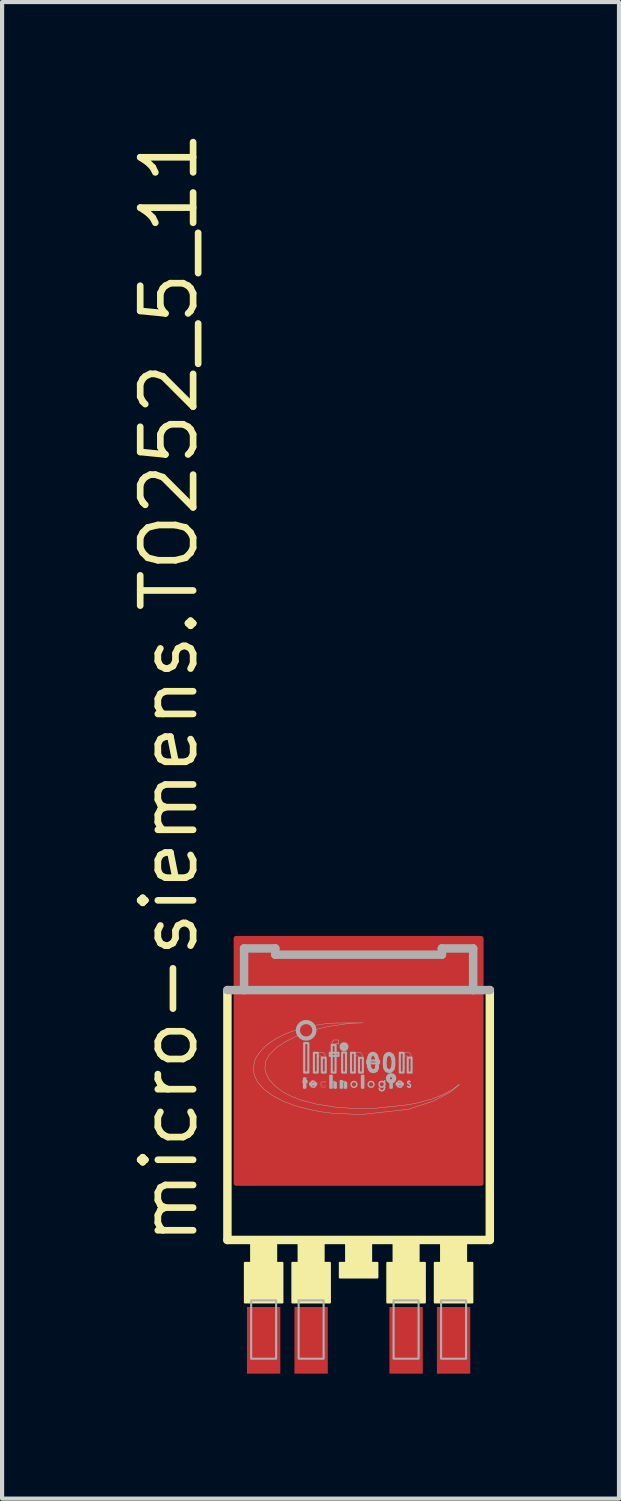
<source format=kicad_pcb>
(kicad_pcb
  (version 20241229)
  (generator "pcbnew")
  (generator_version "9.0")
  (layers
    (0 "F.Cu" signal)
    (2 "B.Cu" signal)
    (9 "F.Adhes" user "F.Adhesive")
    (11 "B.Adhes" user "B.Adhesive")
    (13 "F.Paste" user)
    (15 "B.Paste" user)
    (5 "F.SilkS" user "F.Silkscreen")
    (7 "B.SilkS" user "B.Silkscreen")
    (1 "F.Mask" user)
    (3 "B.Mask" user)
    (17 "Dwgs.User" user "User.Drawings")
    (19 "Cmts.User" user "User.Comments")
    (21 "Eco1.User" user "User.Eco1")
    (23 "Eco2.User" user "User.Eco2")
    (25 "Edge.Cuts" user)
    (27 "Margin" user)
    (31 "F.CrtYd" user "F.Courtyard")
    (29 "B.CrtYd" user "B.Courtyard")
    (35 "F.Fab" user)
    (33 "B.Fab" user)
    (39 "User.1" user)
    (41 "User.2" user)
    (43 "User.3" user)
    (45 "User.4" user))
  (footprint "micro-siemens.TO252_5_11"
    (layer "F.Cu")
    (at 5.56 23.721)
    (property "Reference" "micro-siemens.TO252_5_11" (at -3.81 3.175 90) (layer "F.SilkS") (effects (font (size 1.27 1.27) (thickness 0.16)) (justify left bottom)))
    (attr smd)
    (fp_line (start -3.15 3) (end -3.15 -3) (stroke (width 0.203) (type default)) (layer "F.SilkS"))
    (fp_line (start 3.15 -3) (end 3.15 3) (stroke (width 0.203) (type default)) (layer "F.SilkS"))
    (fp_line (start 3.15 3) (end -3.15 3) (stroke (width 0.203) (type default)) (layer "F.SilkS"))
    (fp_rect (start -2.73 4.5) (end -1.83 3.55) (stroke (width 0.05) (type default)) (fill yes) (layer "F.SilkS"))
    (fp_rect (start -2.58 3.85) (end -1.98 3.05) (stroke (width 0.05) (type default)) (fill yes) (layer "F.SilkS"))
    (fp_rect (start -1.59 4.5) (end -0.69 3.55) (stroke (width 0.05) (type default)) (fill yes) (layer "F.SilkS"))
    (fp_rect (start -1.44 3.85) (end -0.84 3.05) (stroke (width 0.05) (type default)) (fill yes) (layer "F.SilkS"))
    (fp_rect (start -0.45 3.9) (end 0.45 3.55) (stroke (width 0.05) (type default)) (fill yes) (layer "F.SilkS"))
    (fp_rect (start -0.3 3.85) (end 0.3 3.05) (stroke (width 0.05) (type default)) (fill yes) (layer "F.SilkS"))
    (fp_rect (start 0.69 4.5) (end 1.59 3.55) (stroke (width 0.05) (type default)) (fill yes) (layer "F.SilkS"))
    (fp_rect (start 0.84 3.85) (end 1.44 3.05) (stroke (width 0.05) (type default)) (fill yes) (layer "F.SilkS"))
    (fp_rect (start 1.83 4.5) (end 2.73 3.55) (stroke (width 0.05) (type default)) (fill yes) (layer "F.SilkS"))
    (fp_rect (start 1.98 3.85) (end 2.58 3.05) (stroke (width 0.05) (type default)) (fill yes) (layer "F.SilkS"))
    (fp_line (start -3.15 -3) (end -2.75 -3) (stroke (width 0.203) (type default)) (layer "F.Fab"))
    (fp_line (start -2.75 -4) (end -2 -4) (stroke (width 0.203) (type default)) (layer "F.Fab"))
    (fp_line (start -2.75 -3) (end -2.75 -4) (stroke (width 0.203) (type default)) (layer "F.Fab"))
    (fp_line (start -2.75 -3) (end 2.75 -3) (stroke (width 0.203) (type default)) (layer "F.Fab"))
    (fp_line (start -2 -4) (end -2 -3.85) (stroke (width 0.203) (type default)) (layer "F.Fab"))
    (fp_line (start -2 -3.85) (end 2 -3.85) (stroke (width 0.203) (type default)) (layer "F.Fab"))
    (fp_line (start -1.034 -0.753) (end -1.034 -0.759) (stroke (width 0.035) (type default)) (layer "F.Fab"))
    (fp_line (start 0.444 -1.292) (end 0.444 -1.315) (stroke (width 0.093) (type default)) (layer "F.Fab"))
    (fp_line (start 1.046 -0.753) (end 1.046 -0.759) (stroke (width 0.035) (type default)) (layer "F.Fab"))
    (fp_line (start 2 -4) (end 2.75 -4) (stroke (width 0.203) (type default)) (layer "F.Fab"))
    (fp_line (start 2 -3.85) (end 2 -4) (stroke (width 0.203) (type default)) (layer "F.Fab"))
    (fp_line (start 2.75 -4) (end 2.75 -3) (stroke (width 0.203) (type default)) (layer "F.Fab"))
    (fp_line (start 2.75 -3) (end 3.15 -3) (stroke (width 0.203) (type default)) (layer "F.Fab"))
    (fp_rect (start -2.58 5.85) (end -1.98 4.45) (stroke (width 0.05) (type default)) (fill no) (layer "F.Fab"))
    (fp_rect (start -1.44 5.85) (end -0.84 4.45) (stroke (width 0.05) (type default)) (fill no) (layer "F.Fab"))
    (fp_rect (start -1.323 -0.788) (end -1.248 -0.817) (stroke (width 0.05) (type default)) (fill no) (layer "F.Fab"))
    (fp_rect (start -1.312 -0.655) (end -1.277 -0.881) (stroke (width 0.05) (type default)) (fill no) (layer "F.Fab"))
    (fp_rect (start -1.306 -1.02) (end -1.207 -1.727) (stroke (width 0.05) (type default)) (fill no) (layer "F.Fab"))
    (fp_rect (start -1.167 -0.73) (end -1.016 -0.759) (stroke (width 0.05) (type default)) (fill no) (layer "F.Fab"))
    (fp_rect (start -1.074 -1.02) (end -0.981 -1.495) (stroke (width 0.05) (type default)) (fill no) (layer "F.Fab"))
    (fp_rect (start -0.883 -1.02) (end -0.79 -1.379) (stroke (width 0.05) (type default)) (fill no) (layer "F.Fab"))
    (fp_rect (start -0.692 -1.419) (end -0.483 -1.495) (stroke (width 0.05) (type default)) (fill no) (layer "F.Fab"))
    (fp_rect (start -0.68 -0.655) (end -0.645 -0.944) (stroke (width 0.05) (type default)) (fill no) (layer "F.Fab"))
    (fp_rect (start -0.645 -1.02) (end -0.553 -1.686) (stroke (width 0.05) (type default)) (fill no) (layer "F.Fab"))
    (fp_rect (start -0.582 -0.655) (end -0.547 -0.776) (stroke (width 0.05) (type default)) (fill no) (layer "F.Fab"))
    (fp_rect (start -0.431 -0.655) (end -0.396 -0.817) (stroke (width 0.05) (type default)) (fill no) (layer "F.Fab"))
    (fp_rect (start -0.396 -1.02) (end -0.303 -1.501) (stroke (width 0.05) (type default)) (fill no) (layer "F.Fab"))
    (fp_rect (start -0.333 -0.655) (end -0.298 -0.776) (stroke (width 0.05) (type default)) (fill no) (layer "F.Fab"))
    (fp_rect (start -0.182 -1.02) (end -0.089 -1.495) (stroke (width 0.05) (type default)) (fill no) (layer "F.Fab"))
    (fp_rect (start 0.009 -1.02) (end 0.102 -1.373) (stroke (width 0.05) (type default)) (fill no) (layer "F.Fab"))
    (fp_rect (start 0.079 -0.655) (end 0.114 -0.944) (stroke (width 0.05) (type default)) (fill no) (layer "F.Fab"))
    (fp_rect (start 0.206 -1.24) (end 0.49 -1.309) (stroke (width 0.05) (type default)) (fill no) (layer "F.Fab"))
    (fp_rect (start 0.763 -0.655) (end 0.797 -0.823) (stroke (width 0.05) (type default)) (fill no) (layer "F.Fab"))
    (fp_rect (start 0.84 5.85) (end 1.44 4.45) (stroke (width 0.05) (type default)) (fill no) (layer "F.Fab"))
    (fp_rect (start 0.913 -0.73) (end 1.064 -0.759) (stroke (width 0.05) (type default)) (fill no) (layer "F.Fab"))
    (fp_rect (start 0.989 -1.02) (end 1.081 -1.495) (stroke (width 0.05) (type default)) (fill no) (layer "F.Fab"))
    (fp_rect (start 1.18 -1.02) (end 1.272 -1.379) (stroke (width 0.05) (type default)) (fill no) (layer "F.Fab"))
    (fp_rect (start 1.98 5.85) (end 2.58 4.45) (stroke (width 0.05) (type default)) (fill no) (layer "F.Fab"))
    (fp_arc (start -1.1552 -0.759) (mid -1.141871 -0.79047) (end -1.1147 -0.8112) (stroke (width 0.0346) (type default)) (layer "F.Fab"))
    (fp_arc (start -1.1552 -0.73) (mid -1.15523 -0.7445) (end -1.1552 -0.759) (stroke (width 0.0346) (type default)) (layer "F.Fab"))
    (fp_arc (start -1.1321 -0.6837) (mid -1.148343 -0.704509) (end -1.1552 -0.73) (stroke (width 0.0346) (type default)) (layer "F.Fab"))
    (fp_arc (start -1.1147 -0.8112) (mid -1.087882 -0.814759) (end -1.0625 -0.8054) (stroke (width 0.0346) (type default)) (layer "F.Fab"))
    (fp_arc (start -1.0625 -0.8054) (mid -1.043249 -0.785191) (end -1.0336 -0.759) (stroke (width 0.0346) (type default)) (layer "F.Fab"))
    (fp_arc (start -1.0567 -0.6779) (mid -1.095304 -0.669049) (end -1.1321 -0.6837) (stroke (width 0.0346) (type default)) (layer "F.Fab"))
    (fp_arc (start -1.0336 -0.7069) (mid -1.043675 -0.691225) (end -1.0567 -0.6779) (stroke (width 0.0346) (type default)) (layer "F.Fab"))
    (fp_arc (start 0.2469 -1.3326) (mid 0.251908 -1.358876) (end 0.2585 -1.3848) (stroke (width 0.0926) (type default)) (layer "F.Fab"))
    (fp_arc (start 0.2527 -1.1588) (mid 0.241453 -1.245421) (end 0.2469 -1.3326) (stroke (width 0.0926) (type default)) (layer "F.Fab"))
    (fp_arc (start 0.2585 -1.3848) (mid 0.266268 -1.4083) (end 0.2759 -1.4311) (stroke (width 0.0926) (type default)) (layer "F.Fab"))
    (fp_arc (start 0.2759 -1.4311) (mid 0.325185 -1.470061) (end 0.386 -1.4543) (stroke (width 0.0926) (type default)) (layer "F.Fab"))
    (fp_arc (start 0.2759 -1.1009) (mid 0.262035 -1.128943) (end 0.2527 -1.1588) (stroke (width 0.0926) (type default)) (layer "F.Fab"))
    (fp_arc (start 0.2991 -1.0719) (mid 0.286496 -1.085597) (end 0.2759 -1.1009) (stroke (width 0.0926) (type default)) (layer "F.Fab"))
    (fp_arc (start 0.3686 -1.0545) (mid 0.331865 -1.055273) (end 0.2991 -1.0719) (stroke (width 0.0926) (type default)) (layer "F.Fab"))
    (fp_arc (start 0.386 -1.4543) (mid 0.397956 -1.443104) (end 0.4091 -1.4311) (stroke (width 0.0926) (type default)) (layer "F.Fab"))
    (fp_arc (start 0.4091 -1.4311) (mid 0.415442 -1.422761) (end 0.4207 -1.4137) (stroke (width 0.0926) (type default)) (layer "F.Fab"))
    (fp_arc (start 0.4193 -1.0805) (mid 0.396497 -1.062533) (end 0.3686 -1.0545) (stroke (width 0.0926) (type default)) (layer "F.Fab"))
    (fp_arc (start 0.4207 -1.4137) (mid 0.438027 -1.365799) (end 0.4439 -1.3152) (stroke (width 0.0926) (type default)) (layer "F.Fab"))
    (fp_arc (start 0.4411 -1.1381) (mid 0.434312 -1.107744) (end 0.4193 -1.0805) (stroke (width 0.0926) (type default)) (layer "F.Fab"))
    (fp_arc (start 0.4439 -1.1936) (mid 0.443489 -1.1658) (end 0.4411 -1.1381) (stroke (width 0.0926) (type default)) (layer "F.Fab"))
    (fp_arc (start 0.5019 -0.7764) (mid 0.511948 -0.789495) (end 0.525 -0.7996) (stroke (width 0.0346) (type default)) (layer "F.Fab"))
    (fp_arc (start 0.5019 -0.7011) (mid 0.491743 -0.73875) (end 0.5019 -0.7764) (stroke (width 0.0346) (type default)) (layer "F.Fab"))
    (fp_arc (start 0.5024 -0.6177) (mid 0.497822 -0.631162) (end 0.4963 -0.6453) (stroke (width 0.0346) (type default)) (layer "F.Fab"))
    (fp_arc (start 0.5192 -0.5968) (mid 0.509483 -0.606191) (end 0.5024 -0.6177) (stroke (width 0.0346) (type default)) (layer "F.Fab"))
    (fp_arc (start 0.525 -0.7996) (mid 0.5569 -0.80825) (end 0.5888 -0.7996) (stroke (width 0.0346) (type default)) (layer "F.Fab"))
    (fp_arc (start 0.525 -0.6779) (mid 0.511948 -0.688005) (end 0.5019 -0.7011) (stroke (width 0.0346) (type default)) (layer "F.Fab"))
    (fp_arc (start 0.55 -0.5834) (mid 0.533744 -0.588133) (end 0.5192 -0.5968) (stroke (width 0.0346) (type default)) (layer "F.Fab"))
    (fp_arc (start 0.5772 -0.6721) (mid 0.550482 -0.669442) (end 0.525 -0.6779) (stroke (width 0.0346) (type default)) (layer "F.Fab"))
    (fp_arc (start 0.5888 -0.7996) (mid 0.597629 -0.794067) (end 0.6061 -0.788) (stroke (width 0.0346) (type default)) (layer "F.Fab"))
    (fp_arc (start 0.5888 -0.591) (mid 0.570105 -0.583602) (end 0.55 -0.5834) (stroke (width 0.0346) (type default)) (layer "F.Fab"))
    (fp_arc (start 0.6061 -0.788) (mid 0.618825 -0.772612) (end 0.6235 -0.7532) (stroke (width 0.0346) (type default)) (layer "F.Fab"))
    (fp_arc (start 0.6119 -0.7011) (mid 0.597402 -0.683188) (end 0.5772 -0.6721) (stroke (width 0.0346) (type default)) (layer "F.Fab"))
    (fp_arc (start 0.6177 -0.6258) (mid 0.606507 -0.605695) (end 0.5888 -0.591) (stroke (width 0.0346) (type default)) (layer "F.Fab"))
    (fp_arc (start 0.6235 -0.8227) (mid 0.623817 -0.77925) (end 0.6235 -0.7358) (stroke (width 0.0346) (type default)) (layer "F.Fab"))
    (fp_arc (start 0.6235 -0.7532) (mid 0.623704 -0.70685) (end 0.6235 -0.6605) (stroke (width 0.0346) (type default)) (layer "F.Fab"))
    (fp_arc (start 0.6235 -0.7358) (mid 0.619124 -0.717974) (end 0.6119 -0.7011) (stroke (width 0.0346) (type default)) (layer "F.Fab"))
    (fp_arc (start 0.6235 -0.6605) (mid 0.621953 -0.642924) (end 0.6177 -0.6258) (stroke (width 0.0346) (type default)) (layer "F.Fab"))
    (fp_arc (start 0.6293 -1.3152) (mid 0.635705 -1.361981) (end 0.6467 -1.4079) (stroke (width 0.0926) (type default)) (layer "F.Fab"))
    (fp_arc (start 0.6351 -1.153) (mid 0.627222 -1.233922) (end 0.6293 -1.3152) (stroke (width 0.0926) (type default)) (layer "F.Fab"))
    (fp_arc (start 0.6467 -1.4079) (mid 0.668243 -1.442215) (end 0.7046 -1.4601) (stroke (width 0.0926) (type default)) (layer "F.Fab"))
    (fp_arc (start 0.6815 -1.0719) (mid 0.649864 -1.104352) (end 0.6351 -1.1472) (stroke (width 0.0926) (type default)) (layer "F.Fab"))
    (fp_arc (start 0.7046 -1.4601) (mid 0.7278 -1.462226) (end 0.751 -1.4601) (stroke (width 0.0926) (type default)) (layer "F.Fab"))
    (fp_arc (start 0.751 -1.4601) (mid 0.780642 -1.448078) (end 0.8031 -1.4253) (stroke (width 0.0926) (type default)) (layer "F.Fab"))
    (fp_arc (start 0.7568 -1.0603) (mid 0.717896 -1.05796) (end 0.6815 -1.0719) (stroke (width 0.0926) (type default)) (layer "F.Fab"))
    (fp_arc (start 0.8031 -1.4253) (mid 0.822313 -1.386435) (end 0.8321 -1.3442) (stroke (width 0.0926) (type default)) (layer "F.Fab"))
    (fp_arc (start 0.8147 -1.1124) (mid 0.791857 -1.079563) (end 0.7568 -1.0603) (stroke (width 0.0926) (type default)) (layer "F.Fab"))
    (fp_arc (start 0.8321 -1.3442) (mid 0.836656 -1.2631) (end 0.8321 -1.182) (stroke (width 0.0926) (type default)) (layer "F.Fab"))
    (fp_arc (start 0.8321 -1.182) (mid 0.82571 -1.146623) (end 0.8147 -1.1124) (stroke (width 0.0926) (type default)) (layer "F.Fab"))
    (fp_arc (start 0.9248 -0.759) (mid 0.938115 -0.79048) (end 0.9653 -0.8112) (stroke (width 0.0346) (type default)) (layer "F.Fab"))
    (fp_arc (start 0.9248 -0.73) (mid 0.92477 -0.7445) (end 0.9248 -0.759) (stroke (width 0.0346) (type default)) (layer "F.Fab"))
    (fp_arc (start 0.9479 -0.6837) (mid 0.931657 -0.704509) (end 0.9248 -0.73) (stroke (width 0.0346) (type default)) (layer "F.Fab"))
    (fp_arc (start 0.9653 -0.8112) (mid 0.992118 -0.814759) (end 1.0175 -0.8054) (stroke (width 0.0346) (type default)) (layer "F.Fab"))
    (fp_arc (start 1.0175 -0.8054) (mid 1.036751 -0.785191) (end 1.0464 -0.759) (stroke (width 0.0346) (type default)) (layer "F.Fab"))
    (fp_arc (start 1.0233 -0.6779) (mid 0.984696 -0.669049) (end 0.9479 -0.6837) (stroke (width 0.0346) (type default)) (layer "F.Fab"))
    (fp_arc (start 1.0464 -0.7069) (mid 1.036317 -0.691232) (end 1.0233 -0.6779) (stroke (width 0.0346) (type default)) (layer "F.Fab"))
    (fp_arc (start 1.1797 -0.7822) (mid 1.183114 -0.794993) (end 1.1913 -0.8054) (stroke (width 0.0346) (type default)) (layer "F.Fab"))
    (fp_arc (start 1.1913 -0.8054) (mid 1.202226 -0.810997) (end 1.2145 -0.8112) (stroke (width 0.0346) (type default)) (layer "F.Fab"))
    (fp_arc (start 1.1913 -0.759) (mid 1.182419 -0.76906) (end 1.1797 -0.7822) (stroke (width 0.0346) (type default)) (layer "F.Fab"))
    (fp_arc (start 1.1971 -0.6721) (mid 1.18494 -0.67999) (end 1.174 -0.6895) (stroke (width 0.0346) (type default)) (layer "F.Fab"))
    (fp_arc (start 1.2145 -0.8112) (mid 1.226836 -0.806871) (end 1.2377 -0.7996) (stroke (width 0.0346) (type default)) (layer "F.Fab"))
    (fp_arc (start 1.2203 -0.7416) (mid 1.205588 -0.749947) (end 1.1913 -0.759) (stroke (width 0.0346) (type default)) (layer "F.Fab"))
    (fp_arc (start 1.2203 -0.7416) (mid 1.233592 -0.731749) (end 1.2435 -0.7185) (stroke (width 0.0346) (type default)) (layer "F.Fab"))
    (fp_arc (start 1.2377 -0.6779) (mid 1.21838 -0.668139) (end 1.1971 -0.6721) (stroke (width 0.0346) (type default)) (layer "F.Fab"))
    (fp_arc (start 1.2435 -0.7185) (mid 1.24732 -0.69724) (end 1.2377 -0.6779) (stroke (width 0.0346) (type default)) (layer "F.Fab"))
    (fp_circle (center -1.26 -2.034) (end -1.062 -2.034) (stroke (width 0.1) (type default)) (fill no) (layer "F.Fab"))
    (fp_circle (center -0.35 -1.64) (end -0.292 -1.64) (stroke (width 0.1) (type default)) (fill no) (layer "F.Fab"))
    (fp_circle (center -0.112 -0.736) (end -0.043 -0.736) (stroke (width 0.035) (type default)) (fill no) (layer "F.Fab"))
    (fp_circle (center -0.106 -0.736) (end -0.037 -0.736) (stroke (width 0.012) (type default)) (fill no) (layer "F.Fab"))
    (fp_circle (center 0.299 -0.736) (end 0.369 -0.736) (stroke (width 0.035) (type default)) (fill no) (layer "F.Fab"))
    (fp_circle (center 0.78 -0.881) (end 0.806 -0.881) (stroke (width 0.1) (type default)) (fill no) (layer "F.Fab"))
    (fp_poly (pts (xy -0.553 -0.759) (xy -0.553 -0.776) (xy -0.576 -0.817) (xy -0.64 -0.805) (xy -0.651 -0.782) (xy -0.651 -0.759) (xy -0.645 -0.776) (xy -0.605 -0.8) (xy -0.576 -0.765)) (stroke (width 0.012) (type default)) (fill no) (layer "F.Fab"))
    (fp_poly (pts (xy -0.304 -0.759) (xy -0.304 -0.776) (xy -0.327 -0.817) (xy -0.391 -0.805) (xy -0.402 -0.782) (xy -0.402 -0.759) (xy -0.396 -0.776) (xy -0.356 -0.8) (xy -0.327 -0.765)) (stroke (width 0.012) (type default)) (fill no) (layer "F.Fab"))
    (fp_poly (pts (xy -1.039 -2.045) (xy -0.952 -2.074) (xy -0.732 -2.126) (xy -0.338 -2.184) (xy -0.188 -2.202) (xy 0.114 -2.213) (xy -0.083 -2.213) (xy -0.582 -2.208) (xy -0.808 -2.19) (xy -1.068 -2.15)) (stroke (width 0.01) (type default)) (fill no) (layer "F.Fab"))
    (fp_poly (pts (xy -0.558 -1.68) (xy -0.558 -1.686) (xy -0.535 -1.715) (xy -0.512 -1.715) (xy -0.483 -1.703) (xy -0.483 -1.796) (xy -0.5 -1.802) (xy -0.587 -1.802) (xy -0.634 -1.761) (xy -0.64 -1.721) (xy -0.64 -1.68)) (stroke (width 0.012) (type default)) (fill no) (layer "F.Fab"))
    (fp_poly (pts (xy -0.796 -1.373) (xy -0.796 -1.402) (xy -0.819 -1.478) (xy -0.866 -1.506) (xy -0.935 -1.501) (xy -0.981 -1.46) (xy -0.999 -1.379) (xy -0.987 -1.379) (xy -0.964 -1.419) (xy -0.912 -1.419) (xy -0.889 -1.396) (xy -0.877 -1.367)) (stroke (width 0.01) (type default)) (fill no) (layer "F.Fab"))
    (fp_poly (pts (xy 0.096 -1.373) (xy 0.096 -1.402) (xy 0.073 -1.478) (xy 0.027 -1.506) (xy -0.043 -1.501) (xy -0.089 -1.46) (xy -0.106 -1.379) (xy -0.095 -1.379) (xy -0.072 -1.419) (xy -0.02 -1.419) (xy 0.004 -1.396) (xy 0.015 -1.367)) (stroke (width 0.01) (type default)) (fill no) (layer "F.Fab"))
    (fp_poly (pts (xy 1.267 -1.373) (xy 1.267 -1.402) (xy 1.244 -1.478) (xy 1.197 -1.506) (xy 1.128 -1.501) (xy 1.081 -1.46) (xy 1.064 -1.379) (xy 1.075 -1.379) (xy 1.099 -1.419) (xy 1.151 -1.419) (xy 1.174 -1.396) (xy 1.185 -1.367)) (stroke (width 0.01) (type default)) (fill no) (layer "F.Fab"))
    (fp_poly (pts (xy -0.796 -0.771) (xy -0.796 -0.811) (xy -0.808 -0.817) (xy -0.9 -0.805) (xy -0.929 -0.742) (xy -0.889 -0.666) (xy -0.796 -0.666) (xy -0.796 -0.707) (xy -0.802 -0.701) (xy -0.871 -0.695) (xy -0.894 -0.73) (xy -0.894 -0.759) (xy -0.871 -0.788) (xy -0.831 -0.794)) (stroke (width 0.006) (type default)) (fill no) (layer "F.Fab"))
    (fp_poly (pts (xy -1.451 -1.906) (xy -1.491 -2.045) (xy -1.659 -1.987) (xy -1.758 -1.947) (xy -1.955 -1.848) (xy -2.105 -1.756) (xy -2.233 -1.657) (xy -2.302 -1.588) (xy -2.389 -1.489) (xy -2.47 -1.362) (xy -2.499 -1.286) (xy -2.528 -1.118) (xy -2.505 -0.956) (xy -2.424 -0.788) (xy -2.273 -0.62) (xy -2.082 -0.475) (xy -1.798 -0.325) (xy -1.462 -0.203) (xy -1.161 -0.128) (xy -0.889 -0.075) (xy -0.611 -0.041) (xy 0.067 -0.012) (xy 1.203 -0.139) (xy 1.794 -0.336) (xy 2.211 -0.556) (xy 2.42 -0.73) (xy 2.414 -0.736) (xy 2.275 -0.626) (xy 2.02 -0.487) (xy 1.771 -0.388) (xy 1.359 -0.278) (xy 1.116 -0.238) (xy 0.398 -0.162) (xy -0.176 -0.162) (xy -0.576 -0.191) (xy -1.034 -0.267) (xy -1.404 -0.365) (xy -1.619 -0.452) (xy -1.816 -0.556) (xy -2.007 -0.695) (xy -2.152 -0.858) (xy -2.233 -1.031) (xy -2.25 -1.124) (xy -2.233 -1.292) (xy -2.146 -1.448) (xy -1.966 -1.622) (xy -1.746 -1.767) (xy -1.538 -1.871)) (stroke (width 0.01) (type default)) (fill no) (layer "F.Fab"))
    (pad "1" smd roundrect (at -2.28 5.41) (size 0.8 1.6) (layers "F.Cu" "F.Mask" "F.Paste") (roundrect_rratio 0.01))
    (pad "2" smd roundrect (at -1.14 5.41) (size 0.8 1.6) (layers "F.Cu" "F.Mask" "F.Paste") (roundrect_rratio 0.01))
    (pad "4" smd roundrect (at 1.14 5.41) (size 0.8 1.6) (layers "F.Cu" "F.Mask" "F.Paste") (roundrect_rratio 0.01))
    (pad "5" smd roundrect (at 2.28 5.41) (size 0.8 1.6) (layers "F.Cu" "F.Mask" "F.Paste") (roundrect_rratio 0.01))
    (pad "TAB" smd roundrect (at 0 -1.3) (size 6 6) (layers "F.Cu" "F.Mask" "F.Paste") (roundrect_rratio 0.01)))
  (gr_rect
    (start -3 -3)
    (end 11.812 32.931)
    (stroke (width 0.1) (type default))
    (fill no)
    (layer "Edge.Cuts")))
</source>
